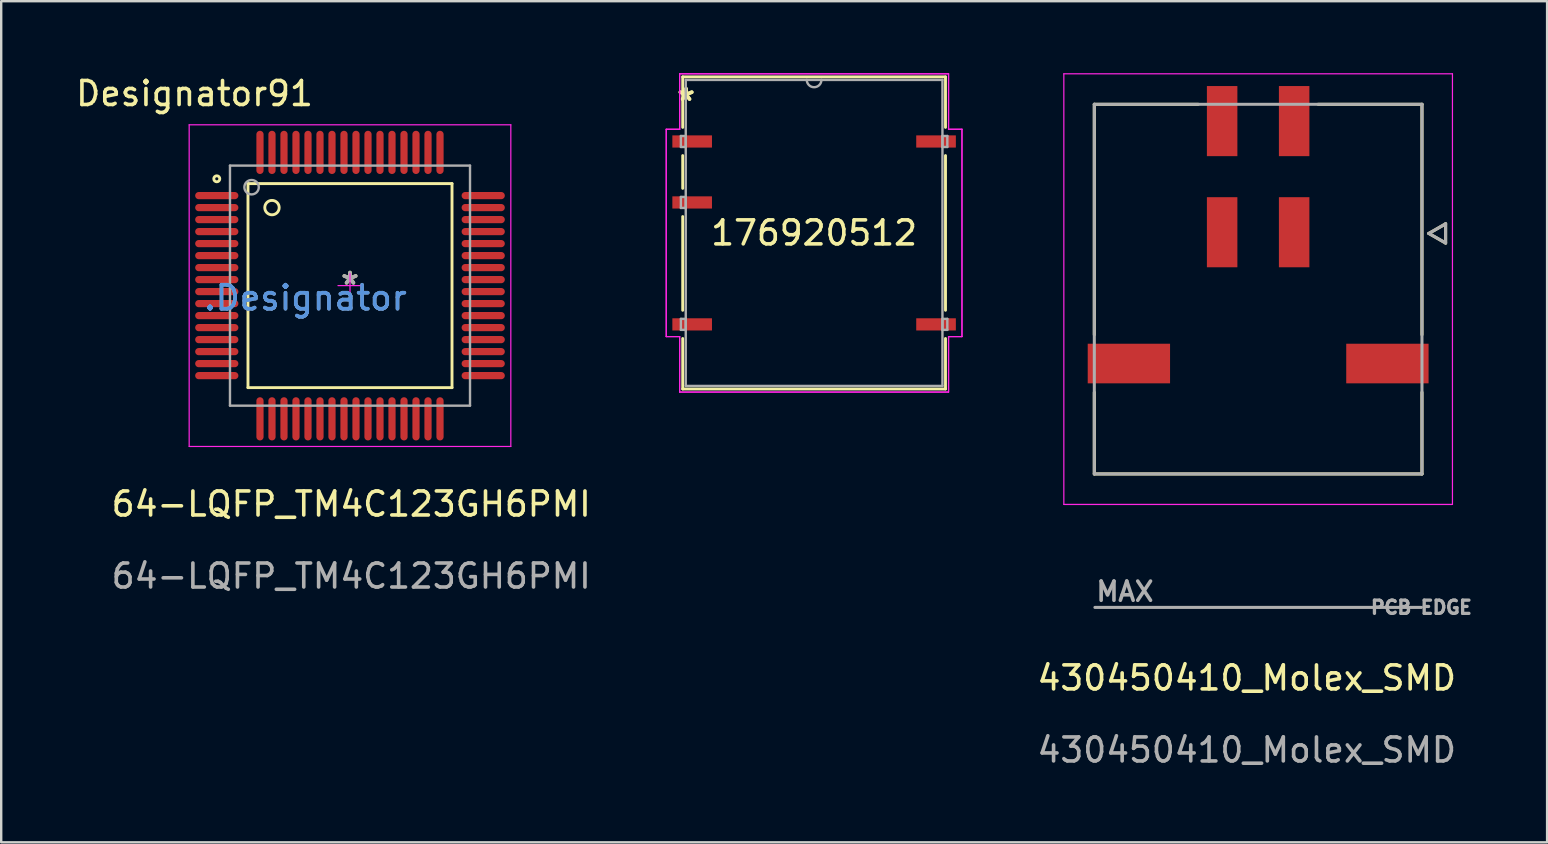
<source format=kicad_pcb>
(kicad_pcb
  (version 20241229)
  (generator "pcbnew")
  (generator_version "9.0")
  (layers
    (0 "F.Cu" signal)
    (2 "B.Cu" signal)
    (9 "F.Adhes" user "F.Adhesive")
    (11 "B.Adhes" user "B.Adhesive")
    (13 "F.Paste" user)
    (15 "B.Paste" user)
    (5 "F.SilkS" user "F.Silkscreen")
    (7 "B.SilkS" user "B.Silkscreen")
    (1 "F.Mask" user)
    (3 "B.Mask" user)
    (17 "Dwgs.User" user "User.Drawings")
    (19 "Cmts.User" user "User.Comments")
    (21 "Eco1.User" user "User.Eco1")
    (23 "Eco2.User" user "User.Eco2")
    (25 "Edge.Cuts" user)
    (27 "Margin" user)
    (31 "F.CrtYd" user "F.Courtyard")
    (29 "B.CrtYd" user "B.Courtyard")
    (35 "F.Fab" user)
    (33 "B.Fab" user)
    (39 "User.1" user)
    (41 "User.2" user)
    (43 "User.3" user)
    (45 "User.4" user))
  (footprint "176920512"
    (layer "F.Cu")
    (at 30.866 6.654)
    (property "Reference" "176920512" (at 0 0 0) (layer "F.SilkS") (effects (font (size 1 1) (thickness 0.15))))
    (attr through_hole)
    (fp_line (start -5.474 -6.502) (end -5.474 -4.397) (stroke (width 0.12) (type solid)) (layer "F.SilkS"))
    (fp_line (start -5.474 -3.223) (end -5.474 -1.857) (stroke (width 0.12) (type solid)) (layer "F.SilkS"))
    (fp_line (start -5.474 -0.683) (end -5.474 3.223) (stroke (width 0.12) (type solid)) (layer "F.SilkS"))
    (fp_line (start -5.474 4.397) (end -5.474 6.502) (stroke (width 0.12) (type solid)) (layer "F.SilkS"))
    (fp_line (start -5.474 6.502) (end 5.474 6.502) (stroke (width 0.12) (type solid)) (layer "F.SilkS"))
    (fp_line (start 5.474 -6.502) (end -5.474 -6.502) (stroke (width 0.12) (type solid)) (layer "F.SilkS"))
    (fp_line (start 5.474 -4.397) (end 5.474 -6.502) (stroke (width 0.12) (type solid)) (layer "F.SilkS"))
    (fp_line (start 5.474 3.223) (end 5.474 -3.223) (stroke (width 0.12) (type solid)) (layer "F.SilkS"))
    (fp_line (start 5.474 6.502) (end 5.474 4.397) (stroke (width 0.12) (type solid)) (layer "F.SilkS"))
    (fp_line (start -6.16 -4.318) (end -5.601 -4.318) (stroke (width 0.05) (type solid)) (layer "F.CrtYd"))
    (fp_line (start -6.16 -4.318) (end -5.601 -4.318) (stroke (width 0.05) (type solid)) (layer "F.CrtYd"))
    (fp_line (start -6.16 4.318) (end -6.16 -4.318) (stroke (width 0.05) (type solid)) (layer "F.CrtYd"))
    (fp_line (start -6.16 4.318) (end -6.16 -4.318) (stroke (width 0.05) (type solid)) (layer "F.CrtYd"))
    (fp_line (start -6.16 4.318) (end -5.601 4.318) (stroke (width 0.05) (type solid)) (layer "F.CrtYd"))
    (fp_line (start -5.601 -6.629) (end 5.601 -6.629) (stroke (width 0.05) (type solid)) (layer "F.CrtYd"))
    (fp_line (start -5.601 -6.629) (end 5.601 -6.629) (stroke (width 0.05) (type solid)) (layer "F.CrtYd"))
    (fp_line (start -5.601 -4.318) (end -5.601 -6.629) (stroke (width 0.05) (type solid)) (layer "F.CrtYd"))
    (fp_line (start -5.601 -4.318) (end -5.601 -6.629) (stroke (width 0.05) (type solid)) (layer "F.CrtYd"))
    (fp_line (start -5.601 4.318) (end -6.16 4.318) (stroke (width 0.05) (type solid)) (layer "F.CrtYd"))
    (fp_line (start -5.601 6.629) (end -5.601 4.318) (stroke (width 0.05) (type solid)) (layer "F.CrtYd"))
    (fp_line (start -5.601 6.629) (end -5.601 4.318) (stroke (width 0.05) (type solid)) (layer "F.CrtYd"))
    (fp_line (start 5.601 -6.629) (end 5.601 -4.318) (stroke (width 0.05) (type solid)) (layer "F.CrtYd"))
    (fp_line (start 5.601 -6.629) (end 5.601 -4.318) (stroke (width 0.05) (type solid)) (layer "F.CrtYd"))
    (fp_line (start 5.601 -4.318) (end 6.16 -4.318) (stroke (width 0.05) (type solid)) (layer "F.CrtYd"))
    (fp_line (start 5.601 4.318) (end 5.601 6.629) (stroke (width 0.05) (type solid)) (layer "F.CrtYd"))
    (fp_line (start 5.601 4.318) (end 5.601 6.629) (stroke (width 0.05) (type solid)) (layer "F.CrtYd"))
    (fp_line (start 5.601 6.629) (end -5.601 6.629) (stroke (width 0.05) (type solid)) (layer "F.CrtYd"))
    (fp_line (start 5.601 6.629) (end -5.601 6.629) (stroke (width 0.05) (type solid)) (layer "F.CrtYd"))
    (fp_line (start 6.16 -4.318) (end 5.601 -4.318) (stroke (width 0.05) (type solid)) (layer "F.CrtYd"))
    (fp_line (start 6.16 -4.318) (end 6.16 4.318) (stroke (width 0.05) (type solid)) (layer "F.CrtYd"))
    (fp_line (start 6.16 -4.318) (end 6.16 4.318) (stroke (width 0.05) (type solid)) (layer "F.CrtYd"))
    (fp_line (start 6.16 4.318) (end 5.601 4.318) (stroke (width 0.05) (type solid)) (layer "F.CrtYd"))
    (fp_line (start 6.16 4.318) (end 5.601 4.318) (stroke (width 0.05) (type solid)) (layer "F.CrtYd"))
    (fp_line (start -5.55 -4.039) (end -5.55 -3.581) (stroke (width 0.1) (type solid)) (layer "F.Fab"))
    (fp_line (start -5.55 -3.581) (end -5.347 -3.581) (stroke (width 0.1) (type solid)) (layer "F.Fab"))
    (fp_line (start -5.55 -1.499) (end -5.55 -1.041) (stroke (width 0.1) (type solid)) (layer "F.Fab"))
    (fp_line (start -5.55 -1.041) (end -5.347 -1.041) (stroke (width 0.1) (type solid)) (layer "F.Fab"))
    (fp_line (start -5.55 3.581) (end -5.55 4.039) (stroke (width 0.1) (type solid)) (layer "F.Fab"))
    (fp_line (start -5.55 4.039) (end -5.347 4.039) (stroke (width 0.1) (type solid)) (layer "F.Fab"))
    (fp_line (start -5.347 -6.375) (end -5.347 6.375) (stroke (width 0.1) (type solid)) (layer "F.Fab"))
    (fp_line (start -5.347 -4.039) (end -5.55 -4.039) (stroke (width 0.1) (type solid)) (layer "F.Fab"))
    (fp_line (start -5.347 -3.581) (end -5.347 -4.039) (stroke (width 0.1) (type solid)) (layer "F.Fab"))
    (fp_line (start -5.347 -1.499) (end -5.55 -1.499) (stroke (width 0.1) (type solid)) (layer "F.Fab"))
    (fp_line (start -5.347 -1.041) (end -5.347 -1.499) (stroke (width 0.1) (type solid)) (layer "F.Fab"))
    (fp_line (start -5.347 3.581) (end -5.55 3.581) (stroke (width 0.1) (type solid)) (layer "F.Fab"))
    (fp_line (start -5.347 4.039) (end -5.347 3.581) (stroke (width 0.1) (type solid)) (layer "F.Fab"))
    (fp_line (start -5.347 6.375) (end 5.347 6.375) (stroke (width 0.1) (type solid)) (layer "F.Fab"))
    (fp_line (start 5.347 -6.375) (end -5.347 -6.375) (stroke (width 0.1) (type solid)) (layer "F.Fab"))
    (fp_line (start 5.347 -4.039) (end 5.347 -3.581) (stroke (width 0.1) (type solid)) (layer "F.Fab"))
    (fp_line (start 5.347 -3.581) (end 5.55 -3.581) (stroke (width 0.1) (type solid)) (layer "F.Fab"))
    (fp_line (start 5.347 3.581) (end 5.347 4.039) (stroke (width 0.1) (type solid)) (layer "F.Fab"))
    (fp_line (start 5.347 4.039) (end 5.55 4.039) (stroke (width 0.1) (type solid)) (layer "F.Fab"))
    (fp_line (start 5.347 6.375) (end 5.347 -6.375) (stroke (width 0.1) (type solid)) (layer "F.Fab"))
    (fp_line (start 5.55 -4.039) (end 5.347 -4.039) (stroke (width 0.1) (type solid)) (layer "F.Fab"))
    (fp_line (start 5.55 -3.581) (end 5.55 -4.039) (stroke (width 0.1) (type solid)) (layer "F.Fab"))
    (fp_line (start 5.55 3.581) (end 5.347 3.581) (stroke (width 0.1) (type solid)) (layer "F.Fab"))
    (fp_line (start 5.55 4.039) (end 5.55 3.581) (stroke (width 0.1) (type solid)) (layer "F.Fab"))
    (fp_arc (start 0.3048 -6.3754) (mid 0 -6.0706) (end -0.3048 -6.3754) (stroke (width 0.1) (type solid)) (layer "F.Fab"))
    (fp_text user "*" (at -5.334 -5.461 0) (layer "F.SilkS") (effects (font (size 1 1) (thickness 0.15))))
    (fp_text user "*" (at -5.334 -5.461 0) (layer "F.SilkS") (effects (font (size 1 1) (thickness 0.15))))
    (fp_text user "Copyright 2021 Accelerated Designs. All rights reserved." (at 0 0 0) (layer "Cmts.User") (effects (font (size 0.127 0.127) (thickness 0.002))))
    (pad "1" smd rect (at -5.08 -3.81) (size 1.651 0.508) (layers "F.Cu" "F.Mask" "F.Paste"))
    (pad "2" smd rect (at -5.08 -1.27) (size 1.651 0.508) (layers "F.Cu" "F.Mask" "F.Paste"))
    (pad "4" smd rect (at -5.08 3.81) (size 1.651 0.508) (layers "F.Cu" "F.Mask" "F.Paste"))
    (pad "5" smd rect (at 5.08 3.81) (size 1.651 0.508) (layers "F.Cu" "F.Mask" "F.Paste"))
    (pad "8" smd rect (at 5.08 -3.81) (size 1.651 0.508) (layers "F.Cu" "F.Mask" "F.Paste")))
  (footprint "64-LQFP_TM4C123GH6PMI"
    (layer "F.Cu")
    (at 11.531 8.849)
    (property "Reference" "64-LQFP_TM4C123GH6PMI" (at 0.05 9.1 0) (unlocked yes) (layer "F.SilkS") (effects (font (size 1 1) (thickness 0.15))))
    (attr smd)
    (fp_line (start -4.25 -4.25) (end 4.25 -4.25) (stroke (width 0.12) (type solid)) (layer "F.SilkS"))
    (fp_line (start -4.25 4.25) (end -4.25 -4.25) (stroke (width 0.12) (type solid)) (layer "F.SilkS"))
    (fp_line (start -4.25 4.25) (end 4.25 4.25) (stroke (width 0.12) (type solid)) (layer "F.SilkS"))
    (fp_line (start 4.25 4.25) (end 4.25 -4.25) (stroke (width 0.12) (type solid)) (layer "F.SilkS"))
    (fp_circle (center -5.55 -4.45) (end -5.425 -4.45) (stroke (width 0.12) (type solid)) (fill no) (layer "F.SilkS"))
    (fp_circle (center -3.25 -3.25) (end -2.95 -3.25) (stroke (width 0.12) (type solid)) (fill no) (layer "F.SilkS"))
    (fp_line (start -6.7 -6.7) (end 6.7 -6.7) (stroke (width 0.05) (type solid)) (layer "F.CrtYd"))
    (fp_line (start -6.7 6.7) (end -6.7 -6.7) (stroke (width 0.05) (type solid)) (layer "F.CrtYd"))
    (fp_line (start -6.7 6.7) (end 6.7 6.7) (stroke (width 0.05) (type solid)) (layer "F.CrtYd"))
    (fp_line (start -0.5 0) (end 0.5 0) (stroke (width 0.05) (type solid)) (layer "F.CrtYd"))
    (fp_line (start 0 0.5) (end 0 -0.5) (stroke (width 0.05) (type solid)) (layer "F.CrtYd"))
    (fp_line (start 6.7 6.7) (end 6.7 -6.7) (stroke (width 0.05) (type solid)) (layer "F.CrtYd"))
    (fp_line (start -5 -5) (end 5 -5) (stroke (width 0.1) (type solid)) (layer "F.Fab"))
    (fp_line (start -5 5) (end -5 -5) (stroke (width 0.1) (type solid)) (layer "F.Fab"))
    (fp_line (start -5 5) (end 5 5) (stroke (width 0.1) (type solid)) (layer "F.Fab"))
    (fp_line (start 5 5) (end 5 -5) (stroke (width 0.1) (type solid)) (layer "F.Fab"))
    (fp_circle (center -4.1 -4.1) (end -3.8 -4.1) (stroke (width 0.1) (type solid)) (fill no) (layer "F.Fab"))
    (fp_text user "Designator91" (at -6.477 -8.001 0) (layer "F.SilkS") (effects (font (size 1 1) (thickness 0.15))))
    (fp_text user "*" (at 0 0.000003 0) (layer "F.SilkS") (effects (font (size 1 1) (thickness 0.15))))
    (fp_text user "Copyright 2021 Accelerated Designs. All rights reserved." (at 0 0.000003 0) (layer "Cmts.User") (effects (font (size 0.127 0.127) (thickness 0.002))))
    (fp_text user ".Designator" (at -1.854 0.508 0) (layer "Cmts.User") (effects (font (size 1 1) (thickness 0.15))))
    (fp_text user ".Designator" (at -1.854 0.508 0) (layer "F.Fab") (effects (font (size 1 1) (thickness 0.15))))
    (fp_text user "${REFERENCE}" (at 0.05 12.1 0) (unlocked yes) (layer "F.Fab") (effects (font (size 1 1) (thickness 0.15))))
    (fp_text user "*" (at 0 0.000003 0) (layer "F.Fab") (effects (font (size 1 1) (thickness 0.15))))
    (pad "1" smd oval (at -5.55 -3.75 90) (size 0.3 1.8) (layers "F.Cu" "F.Mask" "F.Paste"))
    (pad "2" smd oval (at -5.55 -3.25 90) (size 0.3 1.8) (layers "F.Cu" "F.Mask" "F.Paste"))
    (pad "3" smd oval (at -5.55 -2.75 90) (size 0.3 1.8) (layers "F.Cu" "F.Mask" "F.Paste"))
    (pad "4" smd oval (at -5.55 -2.25 90) (size 0.3 1.8) (layers "F.Cu" "F.Mask" "F.Paste"))
    (pad "5" smd oval (at -5.55 -1.75 90) (size 0.3 1.8) (layers "F.Cu" "F.Mask" "F.Paste"))
    (pad "6" smd oval (at -5.55 -1.25 90) (size 0.3 1.8) (layers "F.Cu" "F.Mask" "F.Paste"))
    (pad "7" smd oval (at -5.55 -0.75 90) (size 0.3 1.8) (layers "F.Cu" "F.Mask" "F.Paste"))
    (pad "8" smd oval (at -5.55 -0.25 90) (size 0.3 1.8) (layers "F.Cu" "F.Mask" "F.Paste"))
    (pad "9" smd oval (at -5.55 0.25 90) (size 0.3 1.8) (layers "F.Cu" "F.Mask" "F.Paste"))
    (pad "10" smd oval (at -5.55 0.75 90) (size 0.3 1.8) (layers "F.Cu" "F.Mask" "F.Paste"))
    (pad "11" smd oval (at -5.55 1.25 90) (size 0.3 1.8) (layers "F.Cu" "F.Mask" "F.Paste"))
    (pad "12" smd oval (at -5.55 1.75 90) (size 0.3 1.8) (layers "F.Cu" "F.Mask" "F.Paste"))
    (pad "13" smd oval (at -5.55 2.25 90) (size 0.3 1.8) (layers "F.Cu" "F.Mask" "F.Paste"))
    (pad "14" smd oval (at -5.55 2.75 90) (size 0.3 1.8) (layers "F.Cu" "F.Mask" "F.Paste"))
    (pad "15" smd oval (at -5.55 3.25 90) (size 0.3 1.8) (layers "F.Cu" "F.Mask" "F.Paste"))
    (pad "16" smd oval (at -5.55 3.75 90) (size 0.3 1.8) (layers "F.Cu" "F.Mask" "F.Paste"))
    (pad "17" smd oval (at -3.75 5.55) (size 0.3 1.8) (layers "F.Cu" "F.Mask" "F.Paste"))
    (pad "18" smd oval (at -3.25 5.55) (size 0.3 1.8) (layers "F.Cu" "F.Mask" "F.Paste"))
    (pad "19" smd oval (at -2.75 5.55) (size 0.3 1.8) (layers "F.Cu" "F.Mask" "F.Paste"))
    (pad "20" smd oval (at -2.25 5.55) (size 0.3 1.8) (layers "F.Cu" "F.Mask" "F.Paste"))
    (pad "21" smd oval (at -1.75 5.55) (size 0.3 1.8) (layers "F.Cu" "F.Mask" "F.Paste"))
    (pad "22" smd oval (at -1.25 5.55) (size 0.3 1.8) (layers "F.Cu" "F.Mask" "F.Paste"))
    (pad "23" smd oval (at -0.75 5.55) (size 0.3 1.8) (layers "F.Cu" "F.Mask" "F.Paste"))
    (pad "24" smd oval (at -0.25 5.55) (size 0.3 1.8) (layers "F.Cu" "F.Mask" "F.Paste"))
    (pad "25" smd oval (at 0.25 5.55) (size 0.3 1.8) (layers "F.Cu" "F.Mask" "F.Paste"))
    (pad "26" smd oval (at 0.75 5.55) (size 0.3 1.8) (layers "F.Cu" "F.Mask" "F.Paste"))
    (pad "27" smd oval (at 1.25 5.55) (size 0.3 1.8) (layers "F.Cu" "F.Mask" "F.Paste"))
    (pad "28" smd oval (at 1.75 5.55) (size 0.3 1.8) (layers "F.Cu" "F.Mask" "F.Paste"))
    (pad "29" smd oval (at 2.25 5.55) (size 0.3 1.8) (layers "F.Cu" "F.Mask" "F.Paste"))
    (pad "30" smd oval (at 2.75 5.55) (size 0.3 1.8) (layers "F.Cu" "F.Mask" "F.Paste"))
    (pad "31" smd oval (at 3.25 5.55) (size 0.3 1.8) (layers "F.Cu" "F.Mask" "F.Paste"))
    (pad "32" smd oval (at 3.75 5.55) (size 0.3 1.8) (layers "F.Cu" "F.Mask" "F.Paste"))
    (pad "33" smd oval (at 5.55 3.75 90) (size 0.3 1.8) (layers "F.Cu" "F.Mask" "F.Paste"))
    (pad "34" smd oval (at 5.55 3.25 90) (size 0.3 1.8) (layers "F.Cu" "F.Mask" "F.Paste"))
    (pad "35" smd oval (at 5.55 2.75 90) (size 0.3 1.8) (layers "F.Cu" "F.Mask" "F.Paste"))
    (pad "36" smd oval (at 5.55 2.25 90) (size 0.3 1.8) (layers "F.Cu" "F.Mask" "F.Paste"))
    (pad "37" smd oval (at 5.55 1.75 90) (size 0.3 1.8) (layers "F.Cu" "F.Mask" "F.Paste"))
    (pad "38" smd oval (at 5.55 1.25 90) (size 0.3 1.8) (layers "F.Cu" "F.Mask" "F.Paste"))
    (pad "39" smd oval (at 5.55 0.75 90) (size 0.3 1.8) (layers "F.Cu" "F.Mask" "F.Paste"))
    (pad "40" smd oval (at 5.55 0.25 90) (size 0.3 1.8) (layers "F.Cu" "F.Mask" "F.Paste"))
    (pad "41" smd oval (at 5.55 -0.25 90) (size 0.3 1.8) (layers "F.Cu" "F.Mask" "F.Paste"))
    (pad "42" smd oval (at 5.55 -0.75 90) (size 0.3 1.8) (layers "F.Cu" "F.Mask" "F.Paste"))
    (pad "43" smd oval (at 5.55 -1.25 90) (size 0.3 1.8) (layers "F.Cu" "F.Mask" "F.Paste"))
    (pad "44" smd oval (at 5.55 -1.75 90) (size 0.3 1.8) (layers "F.Cu" "F.Mask" "F.Paste"))
    (pad "45" smd oval (at 5.55 -2.25 90) (size 0.3 1.8) (layers "F.Cu" "F.Mask" "F.Paste"))
    (pad "46" smd oval (at 5.55 -2.75 90) (size 0.3 1.8) (layers "F.Cu" "F.Mask" "F.Paste"))
    (pad "47" smd oval (at 5.55 -3.25 90) (size 0.3 1.8) (layers "F.Cu" "F.Mask" "F.Paste"))
    (pad "48" smd oval (at 5.55 -3.75 90) (size 0.3 1.8) (layers "F.Cu" "F.Mask" "F.Paste"))
    (pad "49" smd oval (at 3.75 -5.55) (size 0.3 1.8) (layers "F.Cu" "F.Mask" "F.Paste"))
    (pad "50" smd oval (at 3.25 -5.55) (size 0.3 1.8) (layers "F.Cu" "F.Mask" "F.Paste"))
    (pad "51" smd oval (at 2.75 -5.55) (size 0.3 1.8) (layers "F.Cu" "F.Mask" "F.Paste"))
    (pad "52" smd oval (at 2.25 -5.55) (size 0.3 1.8) (layers "F.Cu" "F.Mask" "F.Paste"))
    (pad "53" smd oval (at 1.75 -5.55) (size 0.3 1.8) (layers "F.Cu" "F.Mask" "F.Paste"))
    (pad "54" smd oval (at 1.25 -5.55) (size 0.3 1.8) (layers "F.Cu" "F.Mask" "F.Paste"))
    (pad "55" smd oval (at 0.75 -5.55) (size 0.3 1.8) (layers "F.Cu" "F.Mask" "F.Paste"))
    (pad "56" smd oval (at 0.25 -5.55) (size 0.3 1.8) (layers "F.Cu" "F.Mask" "F.Paste"))
    (pad "57" smd oval (at -0.25 -5.55) (size 0.3 1.8) (layers "F.Cu" "F.Mask" "F.Paste"))
    (pad "58" smd oval (at -0.75 -5.55) (size 0.3 1.8) (layers "F.Cu" "F.Mask" "F.Paste"))
    (pad "59" smd oval (at -1.25 -5.55) (size 0.3 1.8) (layers "F.Cu" "F.Mask" "F.Paste"))
    (pad "60" smd oval (at -1.75 -5.55) (size 0.3 1.8) (layers "F.Cu" "F.Mask" "F.Paste"))
    (pad "61" smd oval (at -2.25 -5.55) (size 0.3 1.8) (layers "F.Cu" "F.Mask" "F.Paste"))
    (pad "62" smd oval (at -2.75 -5.55) (size 0.3 1.8) (layers "F.Cu" "F.Mask" "F.Paste"))
    (pad "63" smd oval (at -3.25 -5.55) (size 0.3 1.8) (layers "F.Cu" "F.Mask" "F.Paste"))
    (pad "64" smd oval (at -3.75 -5.55) (size 0.3 1.8) (layers "F.Cu" "F.Mask" "F.Paste")))
  (footprint "430450410_Molex_SMD"
    (layer "F.Cu")
    (at 48.89 10.185)
    (property "Reference" "430450410_Molex_SMD" (at 0 15.01 0) (unlocked yes) (layer "F.SilkS") (effects (font (size 1 1) (thickness 0.15))))
    (attr smd)
    (fp_poly (pts (xy -6.701 1.009) (xy -3.119 1.009) (xy -3.119 2.811) (xy -6.701 2.811)) (stroke (width 0.01) (type solid)) (fill yes) (layer "F.Mask"))
    (fp_poly (pts (xy -1.736 -9.726) (xy -0.314 -9.726) (xy -0.314 -6.654) (xy -1.736 -6.654)) (stroke (width 0.01) (type solid)) (fill yes) (layer "F.Mask"))
    (fp_poly (pts (xy -1.736 -5.096) (xy -0.314 -5.096) (xy -0.314 -2.024) (xy -1.736 -2.024)) (stroke (width 0.01) (type solid)) (fill yes) (layer "F.Mask"))
    (fp_poly (pts (xy 1.264 -9.726) (xy 2.686 -9.726) (xy 2.686 -6.654) (xy 1.264 -6.654)) (stroke (width 0.01) (type solid)) (fill yes) (layer "F.Mask"))
    (fp_poly (pts (xy 1.264 -5.096) (xy 2.686 -5.096) (xy 2.686 -2.024) (xy 1.264 -2.024)) (stroke (width 0.01) (type solid)) (fill yes) (layer "F.Mask"))
    (fp_poly (pts (xy 4.069 1.009) (xy 7.651 1.009) (xy 7.651 2.811) (xy 4.069 2.811)) (stroke (width 0.01) (type solid)) (fill yes) (layer "F.Mask"))
    (fp_line (start -6.35 -8.89) (end -6.35 0.71) (stroke (width 0.127) (type solid)) (layer "F.SilkS"))
    (fp_line (start -6.35 3.11) (end -6.35 6.51) (stroke (width 0.127) (type solid)) (layer "F.SilkS"))
    (fp_line (start -6.35 6.51) (end 7.3 6.51) (stroke (width 0.127) (type solid)) (layer "F.SilkS"))
    (fp_line (start -2.025 -8.89) (end -6.35 -8.89) (stroke (width 0.127) (type solid)) (layer "F.SilkS"))
    (fp_line (start 7.3 -8.89) (end 2.975 -8.89) (stroke (width 0.127) (type solid)) (layer "F.SilkS"))
    (fp_line (start 7.3 0.71) (end 7.3 -8.89) (stroke (width 0.127) (type solid)) (layer "F.SilkS"))
    (fp_line (start 7.3 6.51) (end 7.3 3.11) (stroke (width 0.127) (type solid)) (layer "F.SilkS"))
    (fp_line (start 7.585 -3.51) (end 8.285 -3.11) (stroke (width 0.127) (type solid)) (layer "F.SilkS"))
    (fp_line (start 8.285 -3.91) (end 7.585 -3.51) (stroke (width 0.127) (type solid)) (layer "F.SilkS"))
    (fp_line (start 8.285 -3.11) (end 8.285 -3.91) (stroke (width 0.127) (type solid)) (layer "F.SilkS"))
    (fp_line (start -7.62 -10.16) (end -7.62 7.78) (stroke (width 0.05) (type solid)) (layer "F.CrtYd"))
    (fp_line (start -7.62 7.78) (end 8.57 7.78) (stroke (width 0.05) (type solid)) (layer "F.CrtYd"))
    (fp_line (start 8.57 -10.16) (end -7.62 -10.16) (stroke (width 0.05) (type solid)) (layer "F.CrtYd"))
    (fp_line (start 8.57 7.78) (end 8.57 -10.16) (stroke (width 0.05) (type solid)) (layer "F.CrtYd"))
    (fp_line (start -6.35 -8.89) (end 7.3 -8.89) (stroke (width 0.127) (type solid)) (layer "F.Fab"))
    (fp_line (start -6.35 6.51) (end -6.35 -8.89) (stroke (width 0.127) (type solid)) (layer "F.Fab"))
    (fp_line (start -6.325 12.07) (end 7.275 12.07) (stroke (width 0.127) (type solid)) (layer "F.Fab"))
    (fp_line (start 7.3 -8.89) (end 7.3 6.51) (stroke (width 0.127) (type solid)) (layer "F.Fab"))
    (fp_line (start 7.3 6.51) (end -6.35 6.51) (stroke (width 0.127) (type solid)) (layer "F.Fab"))
    (fp_line (start 7.585 -3.51) (end 8.285 -3.11) (stroke (width 0.127) (type solid)) (layer "F.Fab"))
    (fp_line (start 8.285 -3.91) (end 7.585 -3.51) (stroke (width 0.127) (type solid)) (layer "F.Fab"))
    (fp_line (start 8.285 -3.11) (end 8.285 -3.91) (stroke (width 0.127) (type solid)) (layer "F.Fab"))
    (fp_text user "${REFERENCE}" (at 0 18.01 0) (unlocked yes) (layer "F.Fab") (effects (font (size 1 1) (thickness 0.15))))
    (fp_text user "MAX" (at -5.075 11.41 0) (layer "F.Fab") (effects (font (size 0.8 0.8) (thickness 0.15))))
    (fp_text user "PCB EDGE" (at 7.275 12.07 0) (layer "F.Fab") (effects (font (size 0.551 0.551) (thickness 0.15))))
    (pad "1" smd rect (at 1.975 -3.56) (size 1.27 2.92) (layers "F.Cu" "F.Paste"))
    (pad "2" smd rect (at -1.025 -3.56) (size 1.27 2.92) (layers "F.Cu" "F.Paste"))
    (pad "3" smd rect (at 1.975 -8.19) (size 1.27 2.92) (layers "F.Cu" "F.Paste"))
    (pad "4" smd rect (at -1.025 -8.19) (size 1.27 2.92) (layers "F.Cu" "F.Paste"))
    (pad "S1" smd rect (at 5.86 1.91) (size 3.43 1.65) (layers "F.Cu" "F.Paste"))
    (pad "S2" smd rect (at -4.91 1.91) (size 3.43 1.65) (layers "F.Cu" "F.Paste"))
    (zone (net_name "") (layer "F.Cu") (hatch full 0.508) (connect_pads) (min_thickness 0.01) (filled_areas_thickness no) (keepout (tracks not_allowed) (vias not_allowed) (pads not_allowed) (copperpour not_allowed) (footprints allowed)) (placement (enabled no)) (fill) (polygon (pts (xy 43.79 8.435) (xy 46.24 8.435) (xy 46.24 10.035) (xy 43.79 10.035))))
    (zone (net_name "") (layer "F.Cu") (hatch full 0.508) (connect_pads) (min_thickness 0.01) (filled_areas_thickness no) (keepout (tracks not_allowed) (vias not_allowed) (pads not_allowed) (copperpour not_allowed) (footprints allowed)) (placement (enabled no)) (fill) (polygon (pts (xy 52.49 8.435) (xy 54.94 8.435) (xy 54.94 10.035) (xy 52.49 10.035))))
    (zone (net_name "") (layers "F.Cu" "B.Cu") (hatch full 0.508) (connect_pads) (min_thickness 0.01) (filled_areas_thickness no) (keepout (tracks allowed) (vias not_allowed) (pads allowed) (copperpour allowed) (footprints allowed)) (placement (enabled no)) (fill) (polygon (pts (xy 43.79 8.435) (xy 46.24 8.435) (xy 46.24 10.035) (xy 43.79 10.035))))
    (zone (net_name "") (layers "F.Cu" "B.Cu") (hatch full 0.508) (connect_pads) (min_thickness 0.01) (filled_areas_thickness no) (keepout (tracks allowed) (vias not_allowed) (pads allowed) (copperpour allowed) (footprints allowed)) (placement (enabled no)) (fill) (polygon (pts (xy 52.49 8.435) (xy 54.94 8.435) (xy 54.94 10.035) (xy 52.49 10.035)))))
  (gr_rect
    (start -3 -3)
    (end 61.403 32.043)
    (stroke (width 0.1) (type default))
    (fill no)
    (layer "Edge.Cuts")))
</source>
